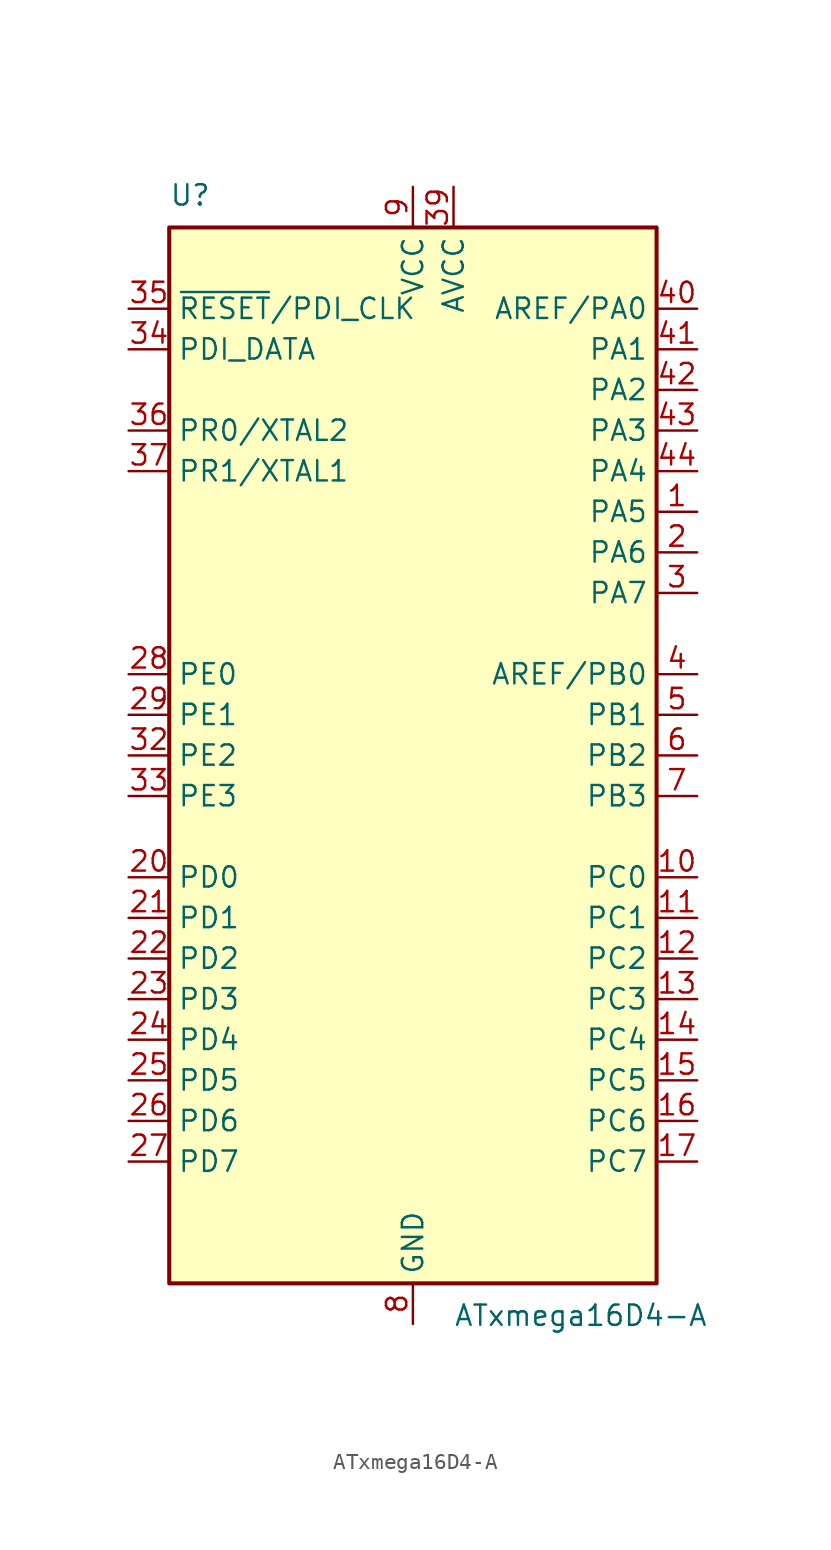
<source format=kicad_sym>
(kicad_symbol_lib
  (version 20211014)
  (generator kicad_symbol_editor)
  (symbol "ATxmega16D4-A"
    (property "Reference" "U"
      (at -15.24 34.29 0)
      (effects (font (size 1.27 1.27)) (justify left bottom)))
    (property "Value" "ATxmega16D4-A"
      (at 2.54 -34.29 0)
      (effects (font (size 1.27 1.27)) (justify left top)))
    (symbol "ATxmega16D4-A_0_1"
      (rectangle (start -15.24 -33.02) (end 15.24 33.02) (stroke (width 0.254) (type default) (color 0 0 0 0)) (fill (type background))))
    (symbol "ATxmega16D4-A_1_1"
      (pin bidirectional line (at 17.78 15.24 180) (length 2.54) (name "PA5" (effects (font (size 1.27 1.27)))) (number "1" (effects (font (size 1.27 1.27)))))
      (pin bidirectional line (at 17.78 -7.62 180) (length 2.54) (name "PC0" (effects (font (size 1.27 1.27)))) (number "10" (effects (font (size 1.27 1.27)))))
      (pin bidirectional line (at 17.78 -10.16 180) (length 2.54) (name "PC1" (effects (font (size 1.27 1.27)))) (number "11" (effects (font (size 1.27 1.27)))))
      (pin bidirectional line (at 17.78 -12.7 180) (length 2.54) (name "PC2" (effects (font (size 1.27 1.27)))) (number "12" (effects (font (size 1.27 1.27)))))
      (pin bidirectional line (at 17.78 -15.24 180) (length 2.54) (name "PC3" (effects (font (size 1.27 1.27)))) (number "13" (effects (font (size 1.27 1.27)))))
      (pin bidirectional line (at 17.78 -17.78 180) (length 2.54) (name "PC4" (effects (font (size 1.27 1.27)))) (number "14" (effects (font (size 1.27 1.27)))))
      (pin bidirectional line (at 17.78 -20.32 180) (length 2.54) (name "PC5" (effects (font (size 1.27 1.27)))) (number "15" (effects (font (size 1.27 1.27)))))
      (pin bidirectional line (at 17.78 -22.86 180) (length 2.54) (name "PC6" (effects (font (size 1.27 1.27)))) (number "16" (effects (font (size 1.27 1.27)))))
      (pin bidirectional line (at 17.78 -25.4 180) (length 2.54) (name "PC7" (effects (font (size 1.27 1.27)))) (number "17" (effects (font (size 1.27 1.27)))))
      (pin passive line (at 0 -35.56 90) (length 2.54) hide (name "GND" (effects (font (size 1.27 1.27)))) (number "18" (effects (font (size 1.27 1.27)))))
      (pin passive line (at 0 35.56 270) (length 2.54) hide (name "VCC" (effects (font (size 1.27 1.27)))) (number "19" (effects (font (size 1.27 1.27)))))
      (pin bidirectional line (at 17.78 12.7 180) (length 2.54) (name "PA6" (effects (font (size 1.27 1.27)))) (number "2" (effects (font (size 1.27 1.27)))))
      (pin bidirectional line (at -17.78 -7.62 0) (length 2.54) (name "PD0" (effects (font (size 1.27 1.27)))) (number "20" (effects (font (size 1.27 1.27)))))
      (pin bidirectional line (at -17.78 -10.16 0) (length 2.54) (name "PD1" (effects (font (size 1.27 1.27)))) (number "21" (effects (font (size 1.27 1.27)))))
      (pin bidirectional line (at -17.78 -12.7 0) (length 2.54) (name "PD2" (effects (font (size 1.27 1.27)))) (number "22" (effects (font (size 1.27 1.27)))))
      (pin bidirectional line (at -17.78 -15.24 0) (length 2.54) (name "PD3" (effects (font (size 1.27 1.27)))) (number "23" (effects (font (size 1.27 1.27)))))
      (pin bidirectional line (at -17.78 -17.78 0) (length 2.54) (name "PD4" (effects (font (size 1.27 1.27)))) (number "24" (effects (font (size 1.27 1.27)))))
      (pin bidirectional line (at -17.78 -20.32 0) (length 2.54) (name "PD5" (effects (font (size 1.27 1.27)))) (number "25" (effects (font (size 1.27 1.27)))))
      (pin bidirectional line (at -17.78 -22.86 0) (length 2.54) (name "PD6" (effects (font (size 1.27 1.27)))) (number "26" (effects (font (size 1.27 1.27)))))
      (pin bidirectional line (at -17.78 -25.4 0) (length 2.54) (name "PD7" (effects (font (size 1.27 1.27)))) (number "27" (effects (font (size 1.27 1.27)))))
      (pin bidirectional line (at -17.78 5.08 0) (length 2.54) (name "PE0" (effects (font (size 1.27 1.27)))) (number "28" (effects (font (size 1.27 1.27)))))
      (pin bidirectional line (at -17.78 2.54 0) (length 2.54) (name "PE1" (effects (font (size 1.27 1.27)))) (number "29" (effects (font (size 1.27 1.27)))))
      (pin bidirectional line (at 17.78 10.16 180) (length 2.54) (name "PA7" (effects (font (size 1.27 1.27)))) (number "3" (effects (font (size 1.27 1.27)))))
      (pin passive line (at 0 -35.56 90) (length 2.54) hide (name "GND" (effects (font (size 1.27 1.27)))) (number "30" (effects (font (size 1.27 1.27)))))
      (pin passive line (at 0 35.56 270) (length 2.54) hide (name "VCC" (effects (font (size 1.27 1.27)))) (number "31" (effects (font (size 1.27 1.27)))))
      (pin bidirectional line (at -17.78 0 0) (length 2.54) (name "PE2" (effects (font (size 1.27 1.27)))) (number "32" (effects (font (size 1.27 1.27)))))
      (pin bidirectional line (at -17.78 -2.54 0) (length 2.54) (name "PE3" (effects (font (size 1.27 1.27)))) (number "33" (effects (font (size 1.27 1.27)))))
      (pin bidirectional line (at -17.78 25.4 0) (length 2.54) (name "PDI_DATA" (effects (font (size 1.27 1.27)))) (number "34" (effects (font (size 1.27 1.27)))))
      (pin input line (at -17.78 27.94 0) (length 2.54) (name "~{RESET}/PDI_CLK" (effects (font (size 1.27 1.27)))) (number "35" (effects (font (size 1.27 1.27)))))
      (pin bidirectional line (at -17.78 20.32 0) (length 2.54) (name "PR0/XTAL2" (effects (font (size 1.27 1.27)))) (number "36" (effects (font (size 1.27 1.27)))))
      (pin bidirectional line (at -17.78 17.78 0) (length 2.54) (name "PR1/XTAL1" (effects (font (size 1.27 1.27)))) (number "37" (effects (font (size 1.27 1.27)))))
      (pin passive line (at 0 -35.56 90) (length 2.54) hide (name "GND" (effects (font (size 1.27 1.27)))) (number "38" (effects (font (size 1.27 1.27)))))
      (pin power_in line (at 2.54 35.56 270) (length 2.54) (name "AVCC" (effects (font (size 1.27 1.27)))) (number "39" (effects (font (size 1.27 1.27)))))
      (pin bidirectional line (at 17.78 5.08 180) (length 2.54) (name "AREF/PB0" (effects (font (size 1.27 1.27)))) (number "4" (effects (font (size 1.27 1.27)))))
      (pin bidirectional line (at 17.78 27.94 180) (length 2.54) (name "AREF/PA0" (effects (font (size 1.27 1.27)))) (number "40" (effects (font (size 1.27 1.27)))))
      (pin bidirectional line (at 17.78 25.4 180) (length 2.54) (name "PA1" (effects (font (size 1.27 1.27)))) (number "41" (effects (font (size 1.27 1.27)))))
      (pin bidirectional line (at 17.78 22.86 180) (length 2.54) (name "PA2" (effects (font (size 1.27 1.27)))) (number "42" (effects (font (size 1.27 1.27)))))
      (pin bidirectional line (at 17.78 20.32 180) (length 2.54) (name "PA3" (effects (font (size 1.27 1.27)))) (number "43" (effects (font (size 1.27 1.27)))))
      (pin bidirectional line (at 17.78 17.78 180) (length 2.54) (name "PA4" (effects (font (size 1.27 1.27)))) (number "44" (effects (font (size 1.27 1.27)))))
      (pin bidirectional line (at 17.78 2.54 180) (length 2.54) (name "PB1" (effects (font (size 1.27 1.27)))) (number "5" (effects (font (size 1.27 1.27)))))
      (pin bidirectional line (at 17.78 0 180) (length 2.54) (name "PB2" (effects (font (size 1.27 1.27)))) (number "6" (effects (font (size 1.27 1.27)))))
      (pin bidirectional line (at 17.78 -2.54 180) (length 2.54) (name "PB3" (effects (font (size 1.27 1.27)))) (number "7" (effects (font (size 1.27 1.27)))))
      (pin power_in line (at 0 -35.56 90) (length 2.54) (name "GND" (effects (font (size 1.27 1.27)))) (number "8" (effects (font (size 1.27 1.27)))))
      (pin power_in line (at 0 35.56 270) (length 2.54) (name "VCC" (effects (font (size 1.27 1.27)))) (number "9" (effects (font (size 1.27 1.27))))))))
</source>
